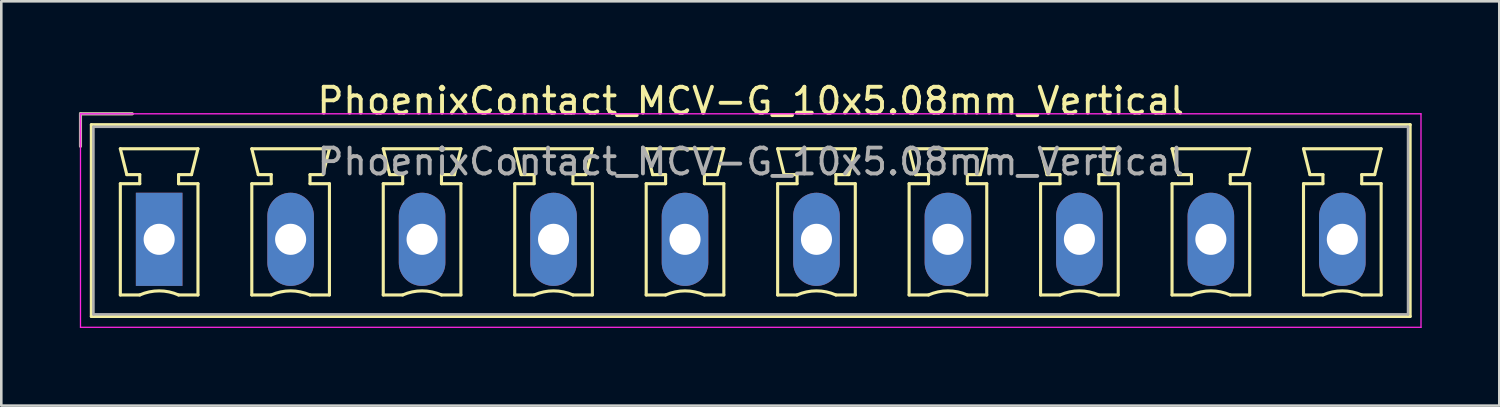
<source format=kicad_pcb>
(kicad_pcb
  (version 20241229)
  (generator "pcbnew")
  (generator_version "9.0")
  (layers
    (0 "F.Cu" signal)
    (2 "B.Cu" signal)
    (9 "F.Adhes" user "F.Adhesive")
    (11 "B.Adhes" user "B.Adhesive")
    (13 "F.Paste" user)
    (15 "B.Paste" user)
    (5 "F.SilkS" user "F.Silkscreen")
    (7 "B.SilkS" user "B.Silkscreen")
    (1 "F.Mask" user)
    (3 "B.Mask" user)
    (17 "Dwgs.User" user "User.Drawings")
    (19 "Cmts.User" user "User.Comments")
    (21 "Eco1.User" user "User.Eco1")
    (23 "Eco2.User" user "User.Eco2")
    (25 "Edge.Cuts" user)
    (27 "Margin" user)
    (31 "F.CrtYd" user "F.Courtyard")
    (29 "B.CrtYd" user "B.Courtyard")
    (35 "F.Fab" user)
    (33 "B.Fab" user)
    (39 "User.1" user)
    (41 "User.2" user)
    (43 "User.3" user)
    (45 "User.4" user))
  (footprint "PhoenixContact_MCV-G_10x5.08mm_Vertical"
    (layer "F.Cu")
    (at 3.1 6.198)
    (property "Reference" "PhoenixContact_MCV-G_10x5.08mm_Vertical" (at 22.86 -5.35 0) (layer "F.SilkS") (effects (font (size 1 1) (thickness 0.15))))
    (attr through_hole)
    (fp_line (start -3.04 -4.85) (end -1.04 -4.85) (stroke (width 0.12) (type solid)) (layer "F.SilkS"))
    (fp_line (start -3.04 -3.6) (end -3.04 -4.85) (stroke (width 0.12) (type solid)) (layer "F.SilkS"))
    (fp_line (start -2.62 -4.43) (end -2.62 2.98) (stroke (width 0.12) (type solid)) (layer "F.SilkS"))
    (fp_line (start -2.62 2.98) (end 48.34 2.98) (stroke (width 0.12) (type solid)) (layer "F.SilkS"))
    (fp_line (start -1.5 -3.5) (end 1.5 -3.5) (stroke (width 0.12) (type solid)) (layer "F.SilkS"))
    (fp_line (start -1.5 -2.15) (end -0.75 -2.15) (stroke (width 0.12) (type solid)) (layer "F.SilkS"))
    (fp_line (start -1.5 2.15) (end -1.5 -2.15) (stroke (width 0.12) (type solid)) (layer "F.SilkS"))
    (fp_line (start -1.25 -2.5) (end -1.5 -3.5) (stroke (width 0.12) (type solid)) (layer "F.SilkS"))
    (fp_line (start -0.75 -2.5) (end -1.25 -2.5) (stroke (width 0.12) (type solid)) (layer "F.SilkS"))
    (fp_line (start -0.75 -2.15) (end -0.75 -2.5) (stroke (width 0.12) (type solid)) (layer "F.SilkS"))
    (fp_line (start -0.75 2.15) (end -1.5 2.15) (stroke (width 0.12) (type solid)) (layer "F.SilkS"))
    (fp_line (start 0.75 -2.5) (end 0.75 -2.15) (stroke (width 0.12) (type solid)) (layer "F.SilkS"))
    (fp_line (start 0.75 -2.15) (end 1.5 -2.15) (stroke (width 0.12) (type solid)) (layer "F.SilkS"))
    (fp_line (start 1.25 -2.5) (end 0.75 -2.5) (stroke (width 0.12) (type solid)) (layer "F.SilkS"))
    (fp_line (start 1.5 -3.5) (end 1.25 -2.5) (stroke (width 0.12) (type solid)) (layer "F.SilkS"))
    (fp_line (start 1.5 -2.15) (end 1.5 2.15) (stroke (width 0.12) (type solid)) (layer "F.SilkS"))
    (fp_line (start 1.5 2.15) (end 0.75 2.15) (stroke (width 0.12) (type solid)) (layer "F.SilkS"))
    (fp_line (start 3.58 -3.5) (end 6.58 -3.5) (stroke (width 0.12) (type solid)) (layer "F.SilkS"))
    (fp_line (start 3.58 -2.15) (end 4.33 -2.15) (stroke (width 0.12) (type solid)) (layer "F.SilkS"))
    (fp_line (start 3.58 2.15) (end 3.58 -2.15) (stroke (width 0.12) (type solid)) (layer "F.SilkS"))
    (fp_line (start 3.83 -2.5) (end 3.58 -3.5) (stroke (width 0.12) (type solid)) (layer "F.SilkS"))
    (fp_line (start 4.33 -2.5) (end 3.83 -2.5) (stroke (width 0.12) (type solid)) (layer "F.SilkS"))
    (fp_line (start 4.33 -2.15) (end 4.33 -2.5) (stroke (width 0.12) (type solid)) (layer "F.SilkS"))
    (fp_line (start 4.33 2.15) (end 3.58 2.15) (stroke (width 0.12) (type solid)) (layer "F.SilkS"))
    (fp_line (start 5.83 -2.5) (end 5.83 -2.15) (stroke (width 0.12) (type solid)) (layer "F.SilkS"))
    (fp_line (start 5.83 -2.15) (end 6.58 -2.15) (stroke (width 0.12) (type solid)) (layer "F.SilkS"))
    (fp_line (start 6.33 -2.5) (end 5.83 -2.5) (stroke (width 0.12) (type solid)) (layer "F.SilkS"))
    (fp_line (start 6.58 -3.5) (end 6.33 -2.5) (stroke (width 0.12) (type solid)) (layer "F.SilkS"))
    (fp_line (start 6.58 -2.15) (end 6.58 2.15) (stroke (width 0.12) (type solid)) (layer "F.SilkS"))
    (fp_line (start 6.58 2.15) (end 5.83 2.15) (stroke (width 0.12) (type solid)) (layer "F.SilkS"))
    (fp_line (start 8.66 -3.5) (end 11.66 -3.5) (stroke (width 0.12) (type solid)) (layer "F.SilkS"))
    (fp_line (start 8.66 -2.15) (end 9.41 -2.15) (stroke (width 0.12) (type solid)) (layer "F.SilkS"))
    (fp_line (start 8.66 2.15) (end 8.66 -2.15) (stroke (width 0.12) (type solid)) (layer "F.SilkS"))
    (fp_line (start 8.91 -2.5) (end 8.66 -3.5) (stroke (width 0.12) (type solid)) (layer "F.SilkS"))
    (fp_line (start 9.41 -2.5) (end 8.91 -2.5) (stroke (width 0.12) (type solid)) (layer "F.SilkS"))
    (fp_line (start 9.41 -2.15) (end 9.41 -2.5) (stroke (width 0.12) (type solid)) (layer "F.SilkS"))
    (fp_line (start 9.41 2.15) (end 8.66 2.15) (stroke (width 0.12) (type solid)) (layer "F.SilkS"))
    (fp_line (start 10.91 -2.5) (end 10.91 -2.15) (stroke (width 0.12) (type solid)) (layer "F.SilkS"))
    (fp_line (start 10.91 -2.15) (end 11.66 -2.15) (stroke (width 0.12) (type solid)) (layer "F.SilkS"))
    (fp_line (start 11.41 -2.5) (end 10.91 -2.5) (stroke (width 0.12) (type solid)) (layer "F.SilkS"))
    (fp_line (start 11.66 -3.5) (end 11.41 -2.5) (stroke (width 0.12) (type solid)) (layer "F.SilkS"))
    (fp_line (start 11.66 -2.15) (end 11.66 2.15) (stroke (width 0.12) (type solid)) (layer "F.SilkS"))
    (fp_line (start 11.66 2.15) (end 10.91 2.15) (stroke (width 0.12) (type solid)) (layer "F.SilkS"))
    (fp_line (start 13.74 -3.5) (end 16.74 -3.5) (stroke (width 0.12) (type solid)) (layer "F.SilkS"))
    (fp_line (start 13.74 -2.15) (end 14.49 -2.15) (stroke (width 0.12) (type solid)) (layer "F.SilkS"))
    (fp_line (start 13.74 2.15) (end 13.74 -2.15) (stroke (width 0.12) (type solid)) (layer "F.SilkS"))
    (fp_line (start 13.99 -2.5) (end 13.74 -3.5) (stroke (width 0.12) (type solid)) (layer "F.SilkS"))
    (fp_line (start 14.49 -2.5) (end 13.99 -2.5) (stroke (width 0.12) (type solid)) (layer "F.SilkS"))
    (fp_line (start 14.49 -2.15) (end 14.49 -2.5) (stroke (width 0.12) (type solid)) (layer "F.SilkS"))
    (fp_line (start 14.49 2.15) (end 13.74 2.15) (stroke (width 0.12) (type solid)) (layer "F.SilkS"))
    (fp_line (start 15.99 -2.5) (end 15.99 -2.15) (stroke (width 0.12) (type solid)) (layer "F.SilkS"))
    (fp_line (start 15.99 -2.15) (end 16.74 -2.15) (stroke (width 0.12) (type solid)) (layer "F.SilkS"))
    (fp_line (start 16.49 -2.5) (end 15.99 -2.5) (stroke (width 0.12) (type solid)) (layer "F.SilkS"))
    (fp_line (start 16.74 -3.5) (end 16.49 -2.5) (stroke (width 0.12) (type solid)) (layer "F.SilkS"))
    (fp_line (start 16.74 -2.15) (end 16.74 2.15) (stroke (width 0.12) (type solid)) (layer "F.SilkS"))
    (fp_line (start 16.74 2.15) (end 15.99 2.15) (stroke (width 0.12) (type solid)) (layer "F.SilkS"))
    (fp_line (start 18.82 -3.5) (end 21.82 -3.5) (stroke (width 0.12) (type solid)) (layer "F.SilkS"))
    (fp_line (start 18.82 -2.15) (end 19.57 -2.15) (stroke (width 0.12) (type solid)) (layer "F.SilkS"))
    (fp_line (start 18.82 2.15) (end 18.82 -2.15) (stroke (width 0.12) (type solid)) (layer "F.SilkS"))
    (fp_line (start 19.07 -2.5) (end 18.82 -3.5) (stroke (width 0.12) (type solid)) (layer "F.SilkS"))
    (fp_line (start 19.57 -2.5) (end 19.07 -2.5) (stroke (width 0.12) (type solid)) (layer "F.SilkS"))
    (fp_line (start 19.57 -2.15) (end 19.57 -2.5) (stroke (width 0.12) (type solid)) (layer "F.SilkS"))
    (fp_line (start 19.57 2.15) (end 18.82 2.15) (stroke (width 0.12) (type solid)) (layer "F.SilkS"))
    (fp_line (start 21.07 -2.5) (end 21.07 -2.15) (stroke (width 0.12) (type solid)) (layer "F.SilkS"))
    (fp_line (start 21.07 -2.15) (end 21.82 -2.15) (stroke (width 0.12) (type solid)) (layer "F.SilkS"))
    (fp_line (start 21.57 -2.5) (end 21.07 -2.5) (stroke (width 0.12) (type solid)) (layer "F.SilkS"))
    (fp_line (start 21.82 -3.5) (end 21.57 -2.5) (stroke (width 0.12) (type solid)) (layer "F.SilkS"))
    (fp_line (start 21.82 -2.15) (end 21.82 2.15) (stroke (width 0.12) (type solid)) (layer "F.SilkS"))
    (fp_line (start 21.82 2.15) (end 21.07 2.15) (stroke (width 0.12) (type solid)) (layer "F.SilkS"))
    (fp_line (start 23.9 -3.5) (end 26.9 -3.5) (stroke (width 0.12) (type solid)) (layer "F.SilkS"))
    (fp_line (start 23.9 -2.15) (end 24.65 -2.15) (stroke (width 0.12) (type solid)) (layer "F.SilkS"))
    (fp_line (start 23.9 2.15) (end 23.9 -2.15) (stroke (width 0.12) (type solid)) (layer "F.SilkS"))
    (fp_line (start 24.15 -2.5) (end 23.9 -3.5) (stroke (width 0.12) (type solid)) (layer "F.SilkS"))
    (fp_line (start 24.65 -2.5) (end 24.15 -2.5) (stroke (width 0.12) (type solid)) (layer "F.SilkS"))
    (fp_line (start 24.65 -2.15) (end 24.65 -2.5) (stroke (width 0.12) (type solid)) (layer "F.SilkS"))
    (fp_line (start 24.65 2.15) (end 23.9 2.15) (stroke (width 0.12) (type solid)) (layer "F.SilkS"))
    (fp_line (start 26.15 -2.5) (end 26.15 -2.15) (stroke (width 0.12) (type solid)) (layer "F.SilkS"))
    (fp_line (start 26.15 -2.15) (end 26.9 -2.15) (stroke (width 0.12) (type solid)) (layer "F.SilkS"))
    (fp_line (start 26.65 -2.5) (end 26.15 -2.5) (stroke (width 0.12) (type solid)) (layer "F.SilkS"))
    (fp_line (start 26.9 -3.5) (end 26.65 -2.5) (stroke (width 0.12) (type solid)) (layer "F.SilkS"))
    (fp_line (start 26.9 -2.15) (end 26.9 2.15) (stroke (width 0.12) (type solid)) (layer "F.SilkS"))
    (fp_line (start 26.9 2.15) (end 26.15 2.15) (stroke (width 0.12) (type solid)) (layer "F.SilkS"))
    (fp_line (start 28.98 -3.5) (end 31.98 -3.5) (stroke (width 0.12) (type solid)) (layer "F.SilkS"))
    (fp_line (start 28.98 -2.15) (end 29.73 -2.15) (stroke (width 0.12) (type solid)) (layer "F.SilkS"))
    (fp_line (start 28.98 2.15) (end 28.98 -2.15) (stroke (width 0.12) (type solid)) (layer "F.SilkS"))
    (fp_line (start 29.23 -2.5) (end 28.98 -3.5) (stroke (width 0.12) (type solid)) (layer "F.SilkS"))
    (fp_line (start 29.73 -2.5) (end 29.23 -2.5) (stroke (width 0.12) (type solid)) (layer "F.SilkS"))
    (fp_line (start 29.73 -2.15) (end 29.73 -2.5) (stroke (width 0.12) (type solid)) (layer "F.SilkS"))
    (fp_line (start 29.73 2.15) (end 28.98 2.15) (stroke (width 0.12) (type solid)) (layer "F.SilkS"))
    (fp_line (start 31.23 -2.5) (end 31.23 -2.15) (stroke (width 0.12) (type solid)) (layer "F.SilkS"))
    (fp_line (start 31.23 -2.15) (end 31.98 -2.15) (stroke (width 0.12) (type solid)) (layer "F.SilkS"))
    (fp_line (start 31.73 -2.5) (end 31.23 -2.5) (stroke (width 0.12) (type solid)) (layer "F.SilkS"))
    (fp_line (start 31.98 -3.5) (end 31.73 -2.5) (stroke (width 0.12) (type solid)) (layer "F.SilkS"))
    (fp_line (start 31.98 -2.15) (end 31.98 2.15) (stroke (width 0.12) (type solid)) (layer "F.SilkS"))
    (fp_line (start 31.98 2.15) (end 31.23 2.15) (stroke (width 0.12) (type solid)) (layer "F.SilkS"))
    (fp_line (start 34.06 -3.5) (end 37.06 -3.5) (stroke (width 0.12) (type solid)) (layer "F.SilkS"))
    (fp_line (start 34.06 -2.15) (end 34.81 -2.15) (stroke (width 0.12) (type solid)) (layer "F.SilkS"))
    (fp_line (start 34.06 2.15) (end 34.06 -2.15) (stroke (width 0.12) (type solid)) (layer "F.SilkS"))
    (fp_line (start 34.31 -2.5) (end 34.06 -3.5) (stroke (width 0.12) (type solid)) (layer "F.SilkS"))
    (fp_line (start 34.81 -2.5) (end 34.31 -2.5) (stroke (width 0.12) (type solid)) (layer "F.SilkS"))
    (fp_line (start 34.81 -2.15) (end 34.81 -2.5) (stroke (width 0.12) (type solid)) (layer "F.SilkS"))
    (fp_line (start 34.81 2.15) (end 34.06 2.15) (stroke (width 0.12) (type solid)) (layer "F.SilkS"))
    (fp_line (start 36.31 -2.5) (end 36.31 -2.15) (stroke (width 0.12) (type solid)) (layer "F.SilkS"))
    (fp_line (start 36.31 -2.15) (end 37.06 -2.15) (stroke (width 0.12) (type solid)) (layer "F.SilkS"))
    (fp_line (start 36.81 -2.5) (end 36.31 -2.5) (stroke (width 0.12) (type solid)) (layer "F.SilkS"))
    (fp_line (start 37.06 -3.5) (end 36.81 -2.5) (stroke (width 0.12) (type solid)) (layer "F.SilkS"))
    (fp_line (start 37.06 -2.15) (end 37.06 2.15) (stroke (width 0.12) (type solid)) (layer "F.SilkS"))
    (fp_line (start 37.06 2.15) (end 36.31 2.15) (stroke (width 0.12) (type solid)) (layer "F.SilkS"))
    (fp_line (start 39.14 -3.5) (end 42.14 -3.5) (stroke (width 0.12) (type solid)) (layer "F.SilkS"))
    (fp_line (start 39.14 -2.15) (end 39.89 -2.15) (stroke (width 0.12) (type solid)) (layer "F.SilkS"))
    (fp_line (start 39.14 2.15) (end 39.14 -2.15) (stroke (width 0.12) (type solid)) (layer "F.SilkS"))
    (fp_line (start 39.39 -2.5) (end 39.14 -3.5) (stroke (width 0.12) (type solid)) (layer "F.SilkS"))
    (fp_line (start 39.89 -2.5) (end 39.39 -2.5) (stroke (width 0.12) (type solid)) (layer "F.SilkS"))
    (fp_line (start 39.89 -2.15) (end 39.89 -2.5) (stroke (width 0.12) (type solid)) (layer "F.SilkS"))
    (fp_line (start 39.89 2.15) (end 39.14 2.15) (stroke (width 0.12) (type solid)) (layer "F.SilkS"))
    (fp_line (start 41.39 -2.5) (end 41.39 -2.15) (stroke (width 0.12) (type solid)) (layer "F.SilkS"))
    (fp_line (start 41.39 -2.15) (end 42.14 -2.15) (stroke (width 0.12) (type solid)) (layer "F.SilkS"))
    (fp_line (start 41.89 -2.5) (end 41.39 -2.5) (stroke (width 0.12) (type solid)) (layer "F.SilkS"))
    (fp_line (start 42.14 -3.5) (end 41.89 -2.5) (stroke (width 0.12) (type solid)) (layer "F.SilkS"))
    (fp_line (start 42.14 -2.15) (end 42.14 2.15) (stroke (width 0.12) (type solid)) (layer "F.SilkS"))
    (fp_line (start 42.14 2.15) (end 41.39 2.15) (stroke (width 0.12) (type solid)) (layer "F.SilkS"))
    (fp_line (start 44.22 -3.5) (end 47.22 -3.5) (stroke (width 0.12) (type solid)) (layer "F.SilkS"))
    (fp_line (start 44.22 -2.15) (end 44.97 -2.15) (stroke (width 0.12) (type solid)) (layer "F.SilkS"))
    (fp_line (start 44.22 2.15) (end 44.22 -2.15) (stroke (width 0.12) (type solid)) (layer "F.SilkS"))
    (fp_line (start 44.47 -2.5) (end 44.22 -3.5) (stroke (width 0.12) (type solid)) (layer "F.SilkS"))
    (fp_line (start 44.97 -2.5) (end 44.47 -2.5) (stroke (width 0.12) (type solid)) (layer "F.SilkS"))
    (fp_line (start 44.97 -2.15) (end 44.97 -2.5) (stroke (width 0.12) (type solid)) (layer "F.SilkS"))
    (fp_line (start 44.97 2.15) (end 44.22 2.15) (stroke (width 0.12) (type solid)) (layer "F.SilkS"))
    (fp_line (start 46.47 -2.5) (end 46.47 -2.15) (stroke (width 0.12) (type solid)) (layer "F.SilkS"))
    (fp_line (start 46.47 -2.15) (end 47.22 -2.15) (stroke (width 0.12) (type solid)) (layer "F.SilkS"))
    (fp_line (start 46.97 -2.5) (end 46.47 -2.5) (stroke (width 0.12) (type solid)) (layer "F.SilkS"))
    (fp_line (start 47.22 -3.5) (end 46.97 -2.5) (stroke (width 0.12) (type solid)) (layer "F.SilkS"))
    (fp_line (start 47.22 -2.15) (end 47.22 2.15) (stroke (width 0.12) (type solid)) (layer "F.SilkS"))
    (fp_line (start 47.22 2.15) (end 46.47 2.15) (stroke (width 0.12) (type solid)) (layer "F.SilkS"))
    (fp_line (start 48.34 -4.43) (end -2.62 -4.43) (stroke (width 0.12) (type solid)) (layer "F.SilkS"))
    (fp_line (start 48.34 2.98) (end 48.34 -4.43) (stroke (width 0.12) (type solid)) (layer "F.SilkS"))
    (fp_arc (start -0.75 2.15) (mid -0.000193 1.99191) (end 0.749647 2.149844) (stroke (width 0.12) (type solid)) (layer "F.SilkS"))
    (fp_arc (start 4.33 2.15) (mid 5.079807 1.99191) (end 5.829647 2.149844) (stroke (width 0.12) (type solid)) (layer "F.SilkS"))
    (fp_arc (start 9.41 2.15) (mid 10.159807 1.99191) (end 10.909647 2.149844) (stroke (width 0.12) (type solid)) (layer "F.SilkS"))
    (fp_arc (start 14.49 2.15) (mid 15.239807 1.99191) (end 15.989647 2.149844) (stroke (width 0.12) (type solid)) (layer "F.SilkS"))
    (fp_arc (start 19.57 2.15) (mid 20.319807 1.99191) (end 21.069647 2.149844) (stroke (width 0.12) (type solid)) (layer "F.SilkS"))
    (fp_arc (start 24.65 2.15) (mid 25.399807 1.99191) (end 26.149647 2.149844) (stroke (width 0.12) (type solid)) (layer "F.SilkS"))
    (fp_arc (start 29.73 2.15) (mid 30.479807 1.99191) (end 31.229647 2.149844) (stroke (width 0.12) (type solid)) (layer "F.SilkS"))
    (fp_arc (start 34.81 2.15) (mid 35.559807 1.99191) (end 36.309647 2.149844) (stroke (width 0.12) (type solid)) (layer "F.SilkS"))
    (fp_arc (start 39.89 2.15) (mid 40.639807 1.99191) (end 41.389647 2.149844) (stroke (width 0.12) (type solid)) (layer "F.SilkS"))
    (fp_arc (start 44.97 2.15) (mid 45.719807 1.99191) (end 46.469647 2.149844) (stroke (width 0.12) (type solid)) (layer "F.SilkS"))
    (fp_line (start -3.04 -4.85) (end -3.04 3.4) (stroke (width 0.05) (type solid)) (layer "F.CrtYd"))
    (fp_line (start -3.04 3.4) (end 48.76 3.4) (stroke (width 0.05) (type solid)) (layer "F.CrtYd"))
    (fp_line (start 48.76 -4.85) (end -3.04 -4.85) (stroke (width 0.05) (type solid)) (layer "F.CrtYd"))
    (fp_line (start 48.76 3.4) (end 48.76 -4.85) (stroke (width 0.05) (type solid)) (layer "F.CrtYd"))
    (fp_line (start -3.04 -4.85) (end -1.04 -4.85) (stroke (width 0.1) (type solid)) (layer "F.Fab"))
    (fp_line (start -3.04 -3.6) (end -3.04 -4.85) (stroke (width 0.1) (type solid)) (layer "F.Fab"))
    (fp_line (start -2.54 -4.35) (end -2.54 2.9) (stroke (width 0.1) (type solid)) (layer "F.Fab"))
    (fp_line (start -2.54 2.9) (end 48.26 2.9) (stroke (width 0.1) (type solid)) (layer "F.Fab"))
    (fp_line (start 48.26 -4.35) (end -2.54 -4.35) (stroke (width 0.1) (type solid)) (layer "F.Fab"))
    (fp_line (start 48.26 2.9) (end 48.26 -4.35) (stroke (width 0.1) (type solid)) (layer "F.Fab"))
    (fp_text user "${REFERENCE}" (at 22.86 -3 0) (layer "F.Fab") (effects (font (size 1 1) (thickness 0.15))))
    (pad "1" thru_hole rect (at 0 0) (size 1.8 3.6) (drill 1.2) (layers "*.Cu" "*.Mask"))
    (pad "2" thru_hole oval (at 5.08 0) (size 1.8 3.6) (drill 1.2) (layers "*.Cu" "*.Mask"))
    (pad "3" thru_hole oval (at 10.16 0) (size 1.8 3.6) (drill 1.2) (layers "*.Cu" "*.Mask"))
    (pad "4" thru_hole oval (at 15.24 0) (size 1.8 3.6) (drill 1.2) (layers "*.Cu" "*.Mask"))
    (pad "5" thru_hole oval (at 20.32 0) (size 1.8 3.6) (drill 1.2) (layers "*.Cu" "*.Mask"))
    (pad "6" thru_hole oval (at 25.4 0) (size 1.8 3.6) (drill 1.2) (layers "*.Cu" "*.Mask"))
    (pad "7" thru_hole oval (at 30.48 0) (size 1.8 3.6) (drill 1.2) (layers "*.Cu" "*.Mask"))
    (pad "8" thru_hole oval (at 35.56 0) (size 1.8 3.6) (drill 1.2) (layers "*.Cu" "*.Mask"))
    (pad "9" thru_hole oval (at 40.64 0) (size 1.8 3.6) (drill 1.2) (layers "*.Cu" "*.Mask"))
    (pad "10" thru_hole oval (at 45.72 0) (size 1.8 3.6) (drill 1.2) (layers "*.Cu" "*.Mask")))
  (gr_rect
    (start -3 -3)
    (end 54.885 12.623)
    (stroke (width 0.1) (type default))
    (fill no)
    (layer "Edge.Cuts")))
</source>
